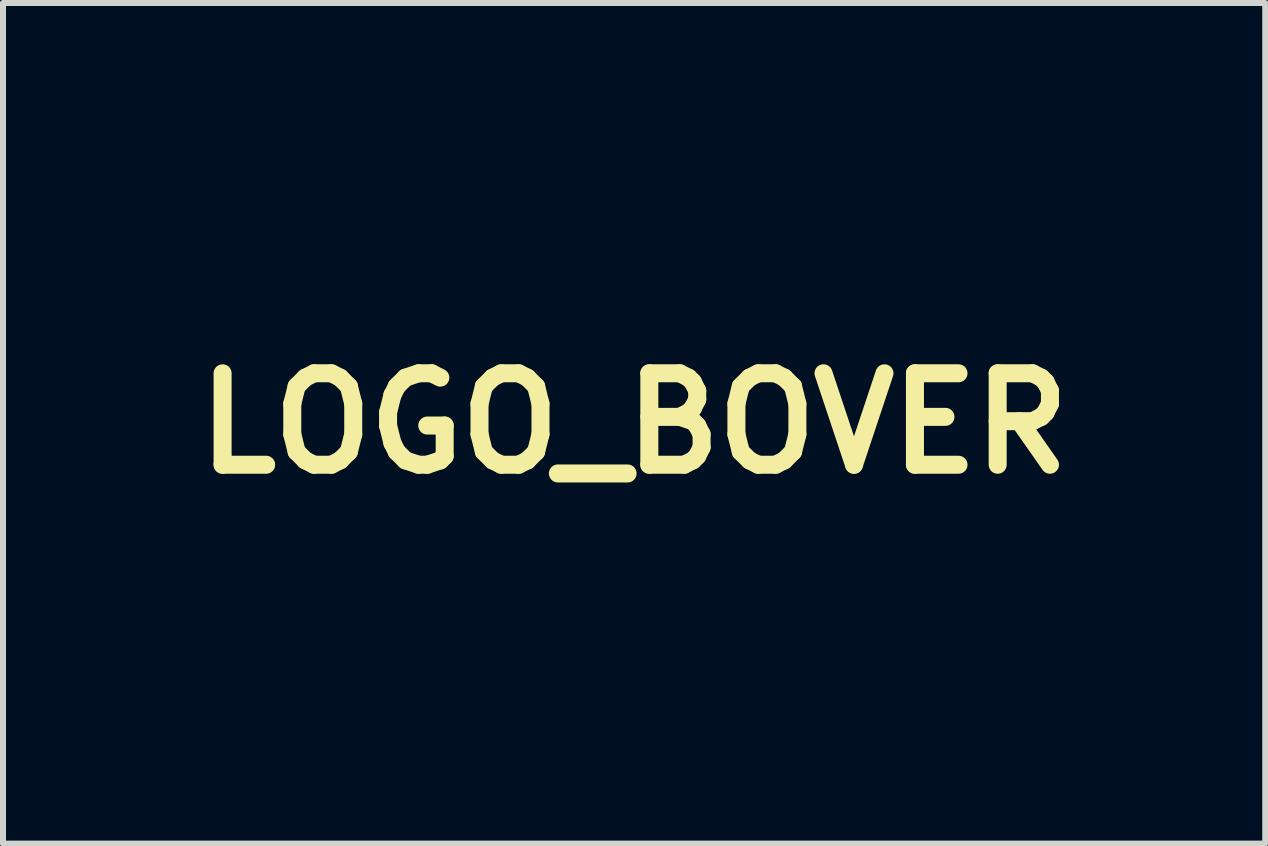
<source format=kicad_pcb>
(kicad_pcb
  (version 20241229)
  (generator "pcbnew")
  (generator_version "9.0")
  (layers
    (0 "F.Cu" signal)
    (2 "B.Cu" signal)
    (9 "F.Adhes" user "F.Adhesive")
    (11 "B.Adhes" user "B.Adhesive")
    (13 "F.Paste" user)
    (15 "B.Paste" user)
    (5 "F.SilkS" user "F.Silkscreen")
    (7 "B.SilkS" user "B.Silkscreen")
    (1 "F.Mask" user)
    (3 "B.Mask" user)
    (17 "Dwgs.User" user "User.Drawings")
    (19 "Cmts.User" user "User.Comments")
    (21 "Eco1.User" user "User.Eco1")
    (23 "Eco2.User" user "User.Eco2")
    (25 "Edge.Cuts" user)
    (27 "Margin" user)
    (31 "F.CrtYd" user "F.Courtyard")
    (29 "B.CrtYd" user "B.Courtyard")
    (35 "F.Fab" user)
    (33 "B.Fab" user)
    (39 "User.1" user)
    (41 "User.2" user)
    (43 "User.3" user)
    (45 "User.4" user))
  (footprint "LOGO_BOVER"
    (layer "F.Cu")
    (at 7.518 4.006)
    (property "Reference" "LOGO_BOVER" (at 0 0 0) (layer "F.SilkS") (effects (font (size 1.524 1.524) (thickness 0.3))))
    (attr board_only exclude_from_pos_files exclude_from_bom)
    (fp_poly (pts (xy -1.516 -3.209) (xy -1.482 -3.163) (xy -1.433 -3.153) (xy -1.389 -3.15) (xy -1.388 -3.134) (xy -1.413 -3.104) (xy -1.444 -3.045) (xy -1.444 -3.004) (xy -1.441 -2.961) (xy -1.466 -2.958) (xy -1.5 -2.977) (xy -1.555 -2.984) (xy -1.585 -2.973) (xy -1.62 -2.96) (xy -1.624 -2.981) (xy -1.618 -3.006) (xy -1.62 -3.064) (xy -1.658 -3.109) (xy -1.714 -3.152) (xy -1.649 -3.153) (xy -1.585 -3.174) (xy -1.559 -3.209) (xy -1.534 -3.266)) (stroke (width 0) (type solid)) (fill yes) (layer "F.Mask"))
    (fp_poly (pts (xy -1.496 -2.734) (xy -1.448 -2.686) (xy -1.404 -2.677) (xy -1.339 -2.677) (xy -1.395 -2.633) (xy -1.435 -2.584) (xy -1.435 -2.531) (xy -1.428 -2.49) (xy -1.446 -2.487) (xy -1.475 -2.502) (xy -1.529 -2.519) (xy -1.559 -2.505) (xy -1.596 -2.479) (xy -1.611 -2.498) (xy -1.607 -2.544) (xy -1.611 -2.61) (xy -1.64 -2.644) (xy -1.669 -2.668) (xy -1.656 -2.677) (xy -1.622 -2.678) (xy -1.564 -2.694) (xy -1.541 -2.734) (xy -1.524 -2.79)) (stroke (width 0) (type solid)) (fill yes) (layer "F.Mask"))
    (fp_poly (pts (xy -0.893 -2.733) (xy -0.848 -2.686) (xy -0.803 -2.677) (xy -0.738 -2.677) (xy -0.794 -2.633) (xy -0.834 -2.584) (xy -0.834 -2.531) (xy -0.827 -2.49) (xy -0.845 -2.487) (xy -0.875 -2.502) (xy -0.929 -2.519) (xy -0.959 -2.505) (xy -0.997 -2.478) (xy -1.012 -2.494) (xy -1.001 -2.539) (xy -0.992 -2.592) (xy -1.02 -2.63) (xy -1.032 -2.639) (xy -1.087 -2.678) (xy -1.032 -2.678) (xy -0.978 -2.699) (xy -0.948 -2.733) (xy -0.918 -2.789)) (stroke (width 0) (type solid)) (fill yes) (layer "F.Mask"))
    (fp_poly (pts (xy -2.452 -1.833) (xy -2.412 -1.787) (xy -2.361 -1.777) (xy -2.294 -1.777) (xy -2.347 -1.72) (xy -2.387 -1.652) (xy -2.386 -1.607) (xy -2.381 -1.561) (xy -2.396 -1.555) (xy -2.416 -1.579) (xy -2.452 -1.595) (xy -2.506 -1.592) (xy -2.556 -1.586) (xy -2.569 -1.603) (xy -2.563 -1.636) (xy -2.564 -1.69) (xy -2.588 -1.71) (xy -2.624 -1.737) (xy -2.617 -1.764) (xy -2.569 -1.777) (xy -2.568 -1.777) (xy -2.512 -1.796) (xy -2.492 -1.833) (xy -2.475 -1.889)) (stroke (width 0) (type solid)) (fill yes) (layer "F.Mask"))
    (fp_poly (pts (xy -1.963 -2.309) (xy -1.93 -2.262) (xy -1.883 -2.252) (xy -1.839 -2.249) (xy -1.839 -2.232) (xy -1.863 -2.204) (xy -1.893 -2.141) (xy -1.89 -2.104) (xy -1.887 -2.061) (xy -1.912 -2.056) (xy -1.944 -2.079) (xy -1.982 -2.093) (xy -2.028 -2.077) (xy -2.068 -2.059) (xy -2.076 -2.075) (xy -2.069 -2.105) (xy -2.074 -2.176) (xy -2.094 -2.208) (xy -2.12 -2.241) (xy -2.106 -2.251) (xy -2.08 -2.252) (xy -2.025 -2.275) (xy -2.002 -2.309) (xy -1.98 -2.365)) (stroke (width 0) (type solid)) (fill yes) (layer "F.Mask"))
    (fp_poly (pts (xy -1.901 -1.833) (xy -1.863 -1.788) (xy -1.828 -1.777) (xy -1.785 -1.763) (xy -1.782 -1.734) (xy -1.814 -1.711) (xy -1.84 -1.678) (xy -1.836 -1.637) (xy -1.835 -1.588) (xy -1.86 -1.58) (xy -1.897 -1.607) (xy -1.931 -1.624) (xy -1.957 -1.607) (xy -1.997 -1.578) (xy -2.013 -1.593) (xy -2.009 -1.627) (xy -2.015 -1.687) (xy -2.04 -1.728) (xy -2.069 -1.763) (xy -2.059 -1.775) (xy -2.021 -1.777) (xy -1.964 -1.794) (xy -1.941 -1.833) (xy -1.924 -1.889)) (stroke (width 0) (type solid)) (fill yes) (layer "F.Mask"))
    (fp_poly (pts (xy -1.351 -1.833) (xy -1.31 -1.787) (xy -1.261 -1.777) (xy -1.215 -1.775) (xy -1.211 -1.759) (xy -1.241 -1.724) (xy -1.274 -1.669) (xy -1.281 -1.624) (xy -1.289 -1.584) (xy -1.317 -1.58) (xy -1.339 -1.602) (xy -1.372 -1.613) (xy -1.401 -1.602) (xy -1.45 -1.58) (xy -1.465 -1.589) (xy -1.458 -1.627) (xy -1.465 -1.687) (xy -1.49 -1.728) (xy -1.519 -1.763) (xy -1.508 -1.775) (xy -1.471 -1.777) (xy -1.414 -1.794) (xy -1.391 -1.833) (xy -1.374 -1.889)) (stroke (width 0) (type solid)) (fill yes) (layer "F.Mask"))
    (fp_poly (pts (xy 0.728 2.346) (xy 0.765 2.392) (xy 0.819 2.403) (xy 0.888 2.403) (xy 0.833 2.447) (xy 0.792 2.496) (xy 0.792 2.549) (xy 0.8 2.59) (xy 0.781 2.593) (xy 0.752 2.578) (xy 0.698 2.561) (xy 0.668 2.575) (xy 0.631 2.601) (xy 0.616 2.582) (xy 0.619 2.54) (xy 0.616 2.483) (xy 0.591 2.463) (xy 0.564 2.439) (xy 0.577 2.414) (xy 0.623 2.402) (xy 0.625 2.402) (xy 0.67 2.381) (xy 0.69 2.346) (xy 0.708 2.291)) (stroke (width 0) (type solid)) (fill yes) (layer "F.Mask"))
    (fp_poly (pts (xy 0.979 1.22) (xy 1.016 1.266) (xy 1.067 1.276) (xy 1.113 1.279) (xy 1.115 1.295) (xy 1.092 1.322) (xy 1.059 1.38) (xy 1.051 1.423) (xy 1.044 1.462) (xy 1.016 1.459) (xy 1.006 1.454) (xy 0.947 1.444) (xy 0.925 1.453) (xy 0.879 1.474) (xy 0.864 1.458) (xy 0.869 1.426) (xy 0.862 1.366) (xy 0.838 1.325) (xy 0.809 1.29) (xy 0.82 1.278) (xy 0.858 1.276) (xy 0.916 1.259) (xy 0.94 1.22) (xy 0.958 1.164)) (stroke (width 0) (type solid)) (fill yes) (layer "F.Mask"))
    (fp_poly (pts (xy 1.077 2.021) (xy 1.117 2.067) (xy 1.167 2.077) (xy 1.213 2.079) (xy 1.216 2.094) (xy 1.186 2.13) (xy 1.154 2.185) (xy 1.147 2.232) (xy 1.147 2.265) (xy 1.123 2.263) (xy 1.1 2.252) (xy 1.047 2.236) (xy 1.018 2.25) (xy 0.98 2.276) (xy 0.964 2.259) (xy 0.969 2.226) (xy 0.963 2.166) (xy 0.938 2.126) (xy 0.909 2.09) (xy 0.919 2.078) (xy 0.957 2.077) (xy 1.014 2.06) (xy 1.037 2.021) (xy 1.054 1.964)) (stroke (width 0) (type solid)) (fill yes) (layer "F.Mask"))
    (fp_poly (pts (xy 1.362 1.62) (xy 1.396 1.666) (xy 1.447 1.677) (xy 1.492 1.681) (xy 1.492 1.694) (xy 1.47 1.711) (xy 1.437 1.761) (xy 1.426 1.811) (xy 1.422 1.856) (xy 1.402 1.86) (xy 1.377 1.846) (xy 1.331 1.828) (xy 1.297 1.846) (xy 1.257 1.875) (xy 1.24 1.861) (xy 1.244 1.827) (xy 1.242 1.769) (xy 1.228 1.741) (xy 1.214 1.71) (xy 1.245 1.691) (xy 1.246 1.691) (xy 1.294 1.657) (xy 1.319 1.62) (xy 1.344 1.564)) (stroke (width 0) (type solid)) (fill yes) (layer "F.Mask"))
    (fp_poly (pts (xy 2.492 -1.833) (xy 2.526 -1.786) (xy 2.568 -1.777) (xy 2.617 -1.766) (xy 2.624 -1.742) (xy 2.587 -1.716) (xy 2.559 -1.69) (xy 2.56 -1.633) (xy 2.561 -1.626) (xy 2.569 -1.568) (xy 2.56 -1.553) (xy 2.538 -1.579) (xy 2.503 -1.595) (xy 2.446 -1.592) (xy 2.395 -1.585) (xy 2.38 -1.6) (xy 2.386 -1.633) (xy 2.383 -1.69) (xy 2.346 -1.732) (xy 2.29 -1.776) (xy 2.359 -1.776) (xy 2.423 -1.794) (xy 2.452 -1.833) (xy 2.475 -1.889)) (stroke (width 0) (type solid)) (fill yes) (layer "F.Mask"))
    (fp_poly (pts (xy -1.392 -2.318) (xy -1.366 -2.267) (xy -1.314 -2.252) (xy -1.309 -2.252) (xy -1.264 -2.249) (xy -1.263 -2.233) (xy -1.285 -2.206) (xy -1.318 -2.148) (xy -1.326 -2.105) (xy -1.332 -2.067) (xy -1.359 -2.068) (xy -1.379 -2.078) (xy -1.431 -2.094) (xy -1.459 -2.079) (xy -1.499 -2.053) (xy -1.518 -2.068) (xy -1.513 -2.104) (xy -1.518 -2.169) (xy -1.541 -2.204) (xy -1.569 -2.239) (xy -1.561 -2.251) (xy -1.531 -2.252) (xy -1.478 -2.275) (xy -1.443 -2.318) (xy -1.409 -2.385)) (stroke (width 0) (type solid)) (fill yes) (layer "F.Mask"))
    (fp_poly (pts (xy 1.549 0.395) (xy 1.591 0.438) (xy 1.631 0.45) (xy 1.667 0.453) (xy 1.665 0.471) (xy 1.641 0.499) (xy 1.61 0.562) (xy 1.614 0.599) (xy 1.621 0.634) (xy 1.602 0.637) (xy 1.567 0.622) (xy 1.51 0.606) (xy 1.466 0.624) (xy 1.46 0.628) (xy 1.431 0.648) (xy 1.427 0.631) (xy 1.434 0.602) (xy 1.43 0.528) (xy 1.409 0.495) (xy 1.383 0.462) (xy 1.397 0.451) (xy 1.423 0.45) (xy 1.478 0.428) (xy 1.499 0.395) (xy 1.519 0.34)) (stroke (width 0) (type solid)) (fill yes) (layer "F.Mask"))
    (fp_poly (pts (xy 1.632 1.257) (xy 1.664 1.311) (xy 1.719 1.326) (xy 1.722 1.326) (xy 1.788 1.326) (xy 1.731 1.366) (xy 1.69 1.412) (xy 1.691 1.456) (xy 1.695 1.492) (xy 1.668 1.494) (xy 1.655 1.49) (xy 1.592 1.488) (xy 1.552 1.501) (xy 1.516 1.516) (xy 1.509 1.499) (xy 1.516 1.464) (xy 1.517 1.402) (xy 1.486 1.363) (xy 1.456 1.338) (xy 1.468 1.329) (xy 1.505 1.327) (xy 1.559 1.313) (xy 1.587 1.265) (xy 1.589 1.257) (xy 1.608 1.189)) (stroke (width 0) (type solid)) (fill yes) (layer "F.Mask"))
    (fp_poly (pts (xy -2.532 -2.332) (xy -2.52 -2.302) (xy -2.487 -2.26) (xy -2.455 -2.252) (xy -2.41 -2.24) (xy -2.408 -2.214) (xy -2.443 -2.192) (xy -2.471 -2.163) (xy -2.467 -2.114) (xy -2.464 -2.064) (xy -2.486 -2.055) (xy -2.52 -2.079) (xy -2.558 -2.093) (xy -2.604 -2.077) (xy -2.644 -2.059) (xy -2.651 -2.075) (xy -2.645 -2.105) (xy -2.65 -2.176) (xy -2.67 -2.208) (xy -2.696 -2.241) (xy -2.681 -2.251) (xy -2.654 -2.252) (xy -2.601 -2.272) (xy -2.585 -2.302) (xy -2.566 -2.343) (xy -2.553 -2.352)) (stroke (width 0) (type solid)) (fill yes) (layer "F.Mask"))
    (fp_poly (pts (xy -0.823 -2.283) (xy -0.786 -2.237) (xy -0.752 -2.227) (xy -0.708 -2.215) (xy -0.708 -2.184) (xy -0.735 -2.155) (xy -0.757 -2.107) (xy -0.756 -2.058) (xy -0.75 -2.012) (xy -0.762 -2.007) (xy -0.785 -2.024) (xy -0.831 -2.046) (xy -0.888 -2.032) (xy -0.888 -2.032) (xy -0.93 -2.016) (xy -0.942 -2.03) (xy -0.935 -2.078) (xy -0.932 -2.137) (xy -0.958 -2.166) (xy -0.96 -2.167) (xy -0.998 -2.193) (xy -0.989 -2.217) (xy -0.94 -2.227) (xy -0.883 -2.247) (xy -0.861 -2.283) (xy -0.844 -2.339)) (stroke (width 0) (type solid)) (fill yes) (layer "F.Mask"))
    (fp_poly (pts (xy 0.346 2.648) (xy 0.358 2.678) (xy 0.391 2.72) (xy 0.427 2.728) (xy 0.465 2.731) (xy 0.464 2.748) (xy 0.44 2.776) (xy 0.409 2.84) (xy 0.413 2.878) (xy 0.421 2.916) (xy 0.401 2.916) (xy 0.378 2.904) (xy 0.316 2.889) (xy 0.273 2.904) (xy 0.236 2.92) (xy 0.231 2.902) (xy 0.238 2.878) (xy 0.234 2.811) (xy 0.211 2.776) (xy 0.183 2.741) (xy 0.192 2.729) (xy 0.224 2.728) (xy 0.276 2.708) (xy 0.293 2.678) (xy 0.312 2.637) (xy 0.325 2.628)) (stroke (width 0) (type solid)) (fill yes) (layer "F.Mask"))
    (fp_poly (pts (xy -2.118 -2.795) (xy -2.096 -2.755) (xy -2.094 -2.749) (xy -2.07 -2.71) (xy -2.028 -2.71) (xy -1.986 -2.709) (xy -1.98 -2.687) (xy -2.015 -2.661) (xy -2.017 -2.661) (xy -2.044 -2.632) (xy -2.042 -2.573) (xy -2.036 -2.525) (xy -2.049 -2.515) (xy -2.078 -2.528) (xy -2.14 -2.54) (xy -2.181 -2.526) (xy -2.219 -2.509) (xy -2.226 -2.528) (xy -2.219 -2.555) (xy -2.223 -2.624) (xy -2.242 -2.655) (xy -2.264 -2.687) (xy -2.247 -2.704) (xy -2.216 -2.713) (xy -2.168 -2.737) (xy -2.152 -2.766) (xy -2.141 -2.799)) (stroke (width 0) (type solid)) (fill yes) (layer "F.Mask"))
    (fp_poly (pts (xy 0.025 3.013) (xy 0.025 3.015) (xy 0.046 3.048) (xy 0.089 3.068) (xy 0.132 3.083) (xy 0.132 3.104) (xy 0.115 3.126) (xy 0.089 3.189) (xy 0.093 3.229) (xy 0.101 3.271) (xy 0.087 3.272) (xy 0.066 3.256) (xy 0.022 3.234) (xy -0.032 3.246) (xy -0.04 3.25) (xy -0.084 3.267) (xy -0.095 3.255) (xy -0.087 3.227) (xy -0.091 3.162) (xy -0.114 3.126) (xy -0.143 3.091) (xy -0.133 3.079) (xy -0.102 3.078) (xy -0.049 3.058) (xy -0.032 3.028) (xy -0.011 2.987) (xy 0.013 2.981)) (stroke (width 0) (type solid)) (fill yes) (layer "F.Mask"))
    (fp_poly (pts (xy 0.371 1.923) (xy 0.383 1.952) (xy 0.416 1.994) (xy 0.452 2.002) (xy 0.491 2.005) (xy 0.487 2.024) (xy 0.468 2.047) (xy 0.439 2.112) (xy 0.442 2.149) (xy 0.45 2.189) (xy 0.432 2.19) (xy 0.404 2.174) (xy 0.354 2.153) (xy 0.306 2.168) (xy 0.297 2.174) (xy 0.259 2.194) (xy 0.251 2.179) (xy 0.258 2.149) (xy 0.253 2.078) (xy 0.233 2.047) (xy 0.207 2.013) (xy 0.221 2.003) (xy 0.249 2.002) (xy 0.301 1.982) (xy 0.318 1.952) (xy 0.337 1.911) (xy 0.35 1.902)) (stroke (width 0) (type solid)) (fill yes) (layer "F.Mask"))
    (fp_poly (pts (xy 0.697 1.572) (xy 0.708 1.602) (xy 0.742 1.644) (xy 0.78 1.652) (xy 0.82 1.656) (xy 0.815 1.67) (xy 0.791 1.689) (xy 0.758 1.734) (xy 0.761 1.79) (xy 0.77 1.836) (xy 0.756 1.839) (xy 0.722 1.817) (xy 0.677 1.792) (xy 0.643 1.8) (xy 0.617 1.821) (xy 0.582 1.849) (xy 0.575 1.838) (xy 0.583 1.803) (xy 0.579 1.729) (xy 0.558 1.696) (xy 0.533 1.663) (xy 0.547 1.652) (xy 0.574 1.652) (xy 0.627 1.632) (xy 0.643 1.602) (xy 0.662 1.561) (xy 0.676 1.552)) (stroke (width 0) (type solid)) (fill yes) (layer "F.Mask"))
    (fp_poly (pts (xy 1.902 0.821) (xy 1.911 0.838) (xy 1.945 0.869) (xy 1.976 0.876) (xy 2.019 0.889) (xy 2.022 0.918) (xy 1.988 0.943) (xy 1.96 0.974) (xy 1.963 1.018) (xy 1.97 1.06) (xy 1.951 1.063) (xy 1.925 1.05) (xy 1.873 1.034) (xy 1.844 1.049) (xy 1.804 1.075) (xy 1.787 1.057) (xy 1.791 1.014) (xy 1.793 0.959) (xy 1.767 0.936) (xy 1.73 0.91) (xy 1.738 0.886) (xy 1.788 0.876) (xy 1.789 0.876) (xy 1.84 0.863) (xy 1.852 0.838) (xy 1.864 0.805) (xy 1.874 0.801)) (stroke (width 0) (type solid)) (fill yes) (layer "F.Mask"))
    (fp_poly (pts (xy 2.073 0.371) (xy 2.084 0.4) (xy 2.118 0.443) (xy 2.154 0.45) (xy 2.192 0.454) (xy 2.189 0.473) (xy 2.169 0.495) (xy 2.141 0.561) (xy 2.145 0.602) (xy 2.153 0.643) (xy 2.139 0.644) (xy 2.118 0.628) (xy 2.074 0.606) (xy 2.02 0.619) (xy 2.012 0.622) (xy 1.968 0.639) (xy 1.957 0.628) (xy 1.965 0.599) (xy 1.961 0.534) (xy 1.938 0.499) (xy 1.909 0.463) (xy 1.919 0.452) (xy 1.95 0.45) (xy 2.003 0.43) (xy 2.02 0.4) (xy 2.038 0.36) (xy 2.052 0.35)) (stroke (width 0) (type solid)) (fill yes) (layer "F.Mask"))
    (fp_poly (pts (xy 1.276 0.837) (xy 1.276 0.838) (xy 1.298 0.869) (xy 1.339 0.876) (xy 1.389 0.886) (xy 1.398 0.91) (xy 1.362 0.935) (xy 1.361 0.936) (xy 1.333 0.965) (xy 1.337 1.014) (xy 1.34 1.064) (xy 1.317 1.073) (xy 1.282 1.047) (xy 1.25 1.033) (xy 1.208 1.057) (xy 1.198 1.065) (xy 1.144 1.114) (xy 1.161 1.042) (xy 1.165 0.979) (xy 1.134 0.937) (xy 1.134 0.937) (xy 1.105 0.911) (xy 1.119 0.903) (xy 1.147 0.902) (xy 1.202 0.882) (xy 1.219 0.851) (xy 1.24 0.81) (xy 1.264 0.804)) (stroke (width 0) (type solid)) (fill yes) (layer "F.Mask"))
    (fp_poly (pts (xy -0.651 -0.986) (xy -0.651 -0.21) (xy -0.739 -0.124) (xy -0.782 -0.084) (xy -0.82 -0.059) (xy -0.867 -0.044) (xy -0.934 -0.037) (xy -1.035 -0.034) (xy -1.066 -0.033) (xy -1.304 -0.027) (xy -1.501 -0.206) (xy -1.501 -0.56) (xy -1.2 -0.56) (xy -1.199 -0.46) (xy -1.195 -0.378) (xy -1.188 -0.326) (xy -1.183 -0.316) (xy -1.149 -0.306) (xy -1.086 -0.304) (xy -1.064 -0.305) (xy -0.963 -0.313) (xy -0.963 -0.888) (xy -1.061 -0.896) (xy -1.138 -0.893) (xy -1.179 -0.871) (xy -1.189 -0.833) (xy -1.195 -0.76) (xy -1.199 -0.665) (xy -1.2 -0.56) (xy -1.501 -0.56) (xy -1.501 -0.977) (xy -1.422 -1.064) (xy -1.343 -1.151) (xy -0.811 -1.151)) (stroke (width 0) (type solid)) (fill yes) (layer "F.Mask"))
    (fp_poly (pts (xy 0.421 0.131) (xy 0.592 0.133) (xy 0.721 0.136) (xy 0.809 0.14) (xy 0.858 0.146) (xy 0.871 0.152) (xy 0.856 0.181) (xy 0.82 0.248) (xy 0.763 0.349) (xy 0.689 0.48) (xy 0.601 0.636) (xy 0.501 0.812) (xy 0.391 1.006) (xy 0.273 1.211) (xy 0.152 1.424) (xy 0.028 1.64) (xy -0.096 1.855) (xy -0.217 2.065) (xy -0.332 2.265) (xy -0.439 2.451) (xy -0.536 2.619) (xy -0.62 2.763) (xy -0.689 2.881) (xy -0.739 2.966) (xy -0.77 3.016) (xy -0.777 3.027) (xy -0.799 3.011) (xy -0.85 2.965) (xy -0.922 2.897) (xy -1.009 2.813) (xy -1.038 2.784) (xy -1.395 2.397) (xy -1.719 1.971) (xy -2.01 1.51) (xy -2.085 1.375) (xy -2.2 1.162) (xy -1.906 0.65) (xy -1.612 0.138) (xy -0.366 0.131) (xy -0.056 0.13) (xy 0.206 0.13)) (stroke (width 0) (type solid)) (fill yes) (layer "F.Mask"))
    (fp_poly (pts (xy 1.584 -3.453) (xy 1.662 -3.397) (xy 1.76 -3.325) (xy 1.873 -3.241) (xy 1.994 -3.149) (xy 2.116 -3.056) (xy 2.233 -2.966) (xy 2.338 -2.884) (xy 2.426 -2.814) (xy 2.488 -2.763) (xy 2.52 -2.734) (xy 2.523 -2.73) (xy 2.509 -2.704) (xy 2.473 -2.64) (xy 2.419 -2.544) (xy 2.349 -2.42) (xy 2.266 -2.275) (xy 2.174 -2.113) (xy 2.127 -2.031) (xy 1.739 -1.352) (xy 0.494 -1.352) (xy 0.25 -1.352) (xy 0.022 -1.353) (xy -0.186 -1.354) (xy -0.368 -1.357) (xy -0.52 -1.359) (xy -0.637 -1.362) (xy -0.715 -1.366) (xy -0.748 -1.369) (xy -0.749 -1.37) (xy -0.736 -1.395) (xy -0.701 -1.459) (xy -0.647 -1.556) (xy -0.576 -1.681) (xy -0.491 -1.83) (xy -0.395 -1.997) (xy -0.292 -2.176) (xy 0.163 -2.963) (xy 0.363 -2.996) (xy 0.685 -3.068) (xy 0.979 -3.174) (xy 1.24 -3.311) (xy 1.371 -3.403) (xy 1.448 -3.455) (xy 1.506 -3.484) (xy 1.534 -3.486)) (stroke (width 0) (type solid)) (fill yes) (layer "F.Mask"))
    (fp_poly (pts (xy -0.106 -0.995) (xy -0.104 -0.845) (xy -0.072 -0.703) (xy -0.069 -0.694) (xy -0.042 -0.619) (xy -0.022 -0.567) (xy -0.013 -0.551) (xy -0.002 -0.572) (xy 0.019 -0.63) (xy 0.044 -0.707) (xy 0.079 -0.865) (xy 0.081 -1.007) (xy 0.069 -1.151) (xy 0.553 -1.151) (xy 0.546 -1.032) (xy 0.537 -0.957) (xy 0.519 -0.92) (xy 0.488 -0.906) (xy 0.457 -0.88) (xy 0.42 -0.816) (xy 0.379 -0.727) (xy 0.34 -0.623) (xy 0.305 -0.516) (xy 0.28 -0.418) (xy 0.267 -0.34) (xy 0.271 -0.293) (xy 0.273 -0.29) (xy 0.29 -0.244) (xy 0.297 -0.172) (xy 0.296 -0.146) (xy 0.288 -0.038) (xy -0.008 -0.033) (xy -0.304 -0.029) (xy -0.297 -0.208) (xy -0.296 -0.304) (xy -0.305 -0.391) (xy -0.326 -0.486) (xy -0.363 -0.606) (xy -0.376 -0.644) (xy -0.418 -0.764) (xy -0.45 -0.842) (xy -0.477 -0.886) (xy -0.502 -0.901) (xy -0.506 -0.901) (xy -0.533 -0.909) (xy -0.546 -0.943) (xy -0.55 -1.013) (xy -0.551 -1.026) (xy -0.551 -1.151) (xy -0.094 -1.151)) (stroke (width 0) (type solid)) (fill yes) (layer "F.Mask"))
    (fp_poly (pts (xy 1.426 -0.869) (xy 1.201 -0.887) (xy 0.976 -0.905) (xy 0.976 -0.815) (xy 0.982 -0.757) (xy 0.997 -0.727) (xy 1.001 -0.726) (xy 1.025 -0.745) (xy 1.026 -0.751) (xy 1.049 -0.765) (xy 1.106 -0.774) (xy 1.151 -0.776) (xy 1.276 -0.776) (xy 1.276 -0.425) (xy 1.151 -0.425) (xy 1.08 -0.43) (xy 1.034 -0.441) (xy 1.026 -0.45) (xy 1.007 -0.475) (xy 1.001 -0.475) (xy 0.985 -0.453) (xy 0.976 -0.399) (xy 0.976 -0.386) (xy 0.976 -0.297) (xy 1.429 -0.332) (xy 1.421 -0.185) (xy 1.414 -0.038) (xy 1.025 -0.031) (xy 0.89 -0.029) (xy 0.773 -0.03) (xy 0.683 -0.033) (xy 0.629 -0.038) (xy 0.618 -0.041) (xy 0.608 -0.074) (xy 0.602 -0.139) (xy 0.601 -0.179) (xy 0.605 -0.257) (xy 0.62 -0.293) (xy 0.638 -0.3) (xy 0.654 -0.308) (xy 0.665 -0.336) (xy 0.672 -0.391) (xy 0.675 -0.482) (xy 0.676 -0.601) (xy 0.675 -0.73) (xy 0.671 -0.817) (xy 0.664 -0.87) (xy 0.653 -0.895) (xy 0.638 -0.901) (xy 0.615 -0.914) (xy 0.603 -0.961) (xy 0.601 -1.026) (xy 0.601 -1.151) (xy 1.426 -1.151)) (stroke (width 0) (type solid)) (fill yes) (layer "F.Mask"))
    (fp_poly (pts (xy -2.11 0.128) (xy -2 0.133) (xy -1.907 0.14) (xy -1.84 0.149) (xy -1.811 0.16) (xy -1.811 0.163) (xy -1.827 0.194) (xy -1.863 0.26) (xy -1.916 0.355) (xy -1.982 0.471) (xy -2.049 0.589) (xy -2.274 0.984) (xy -2.34 0.836) (xy -2.377 0.747) (xy -2.423 0.63) (xy -2.47 0.502) (xy -2.496 0.429) (xy -2.535 0.312) (xy -2.558 0.233) (xy -2.565 0.19) (xy -2.509 0.19) (xy -2.508 0.219) (xy -2.491 0.284) (xy -2.463 0.373) (xy -2.428 0.477) (xy -2.388 0.586) (xy -2.348 0.688) (xy -2.313 0.773) (xy -2.284 0.831) (xy -2.268 0.851) (xy -2.25 0.832) (xy -2.218 0.784) (xy -2.209 0.769) (xy -2.154 0.655) (xy -2.139 0.566) (xy -2.164 0.501) (xy -2.167 0.498) (xy -2.195 0.463) (xy -2.184 0.451) (xy -2.154 0.45) (xy -2.101 0.43) (xy -2.084 0.4) (xy -2.062 0.358) (xy -2.038 0.355) (xy -2.026 0.394) (xy -2.026 0.394) (xy -2.016 0.4) (xy -1.99 0.374) (xy -1.958 0.329) (xy -1.927 0.276) (xy -1.906 0.229) (xy -1.902 0.206) (xy -1.916 0.192) (xy -1.962 0.183) (xy -2.046 0.177) (xy -2.172 0.175) (xy -2.198 0.175) (xy -2.315 0.176) (xy -2.413 0.18) (xy -2.481 0.184) (xy -2.509 0.19) (xy -2.565 0.19) (xy -2.565 0.184) (xy -2.56 0.157) (xy -2.55 0.147) (xy -2.511 0.137) (xy -2.437 0.13) (xy -2.339 0.127) (xy -2.227 0.126)) (stroke (width 0) (type solid)) (fill yes) (layer "F.Mask"))
    (fp_poly (pts (xy -1.657 -1.069) (xy -1.611 -1.016) (xy -1.587 -0.967) (xy -1.578 -0.901) (xy -1.577 -0.834) (xy -1.582 -0.729) (xy -1.601 -0.667) (xy -1.615 -0.65) (xy -1.64 -0.621) (xy -1.627 -0.591) (xy -1.615 -0.576) (xy -1.589 -0.52) (xy -1.578 -0.422) (xy -1.577 -0.37) (xy -1.578 -0.28) (xy -1.588 -0.222) (xy -1.612 -0.179) (xy -1.659 -0.132) (xy -1.677 -0.116) (xy -1.777 -0.025) (xy -2.452 -0.025) (xy -2.452 -0.151) (xy -2.446 -0.238) (xy -2.427 -0.283) (xy -2.415 -0.291) (xy -2.408 -0.297) (xy -2.077 -0.297) (xy -1.983 -0.305) (xy -1.918 -0.316) (xy -1.889 -0.343) (xy -1.881 -0.37) (xy -1.891 -0.443) (xy -1.94 -0.488) (xy -2.005 -0.5) (xy -2.051 -0.496) (xy -2.072 -0.474) (xy -2.077 -0.42) (xy -2.077 -0.399) (xy -2.077 -0.297) (xy -2.408 -0.297) (xy -2.398 -0.307) (xy -2.387 -0.343) (xy -2.381 -0.408) (xy -2.378 -0.509) (xy -2.377 -0.603) (xy -2.378 -0.732) (xy -2.382 -0.819) (xy -2.383 -0.826) (xy -2.077 -0.826) (xy -2.072 -0.775) (xy -2.047 -0.754) (xy -1.991 -0.751) (xy -1.925 -0.76) (xy -1.893 -0.792) (xy -1.889 -0.801) (xy -1.884 -0.859) (xy -1.917 -0.891) (xy -1.991 -0.901) (xy -2.049 -0.897) (xy -2.073 -0.875) (xy -2.077 -0.826) (xy -2.383 -0.826) (xy -2.389 -0.87) (xy -2.4 -0.895) (xy -2.415 -0.901) (xy -2.438 -0.914) (xy -2.45 -0.961) (xy -2.452 -1.026) (xy -2.452 -1.151) (xy -1.737 -1.151)) (stroke (width 0) (type solid)) (fill yes) (layer "F.Mask"))
    (fp_poly (pts (xy 2.297 -1.069) (xy 2.343 -1.016) (xy 2.367 -0.966) (xy 2.376 -0.899) (xy 2.377 -0.836) (xy 2.373 -0.749) (xy 2.36 -0.683) (xy 2.347 -0.656) (xy 2.33 -0.622) (xy 2.347 -0.596) (xy 2.365 -0.555) (xy 2.375 -0.483) (xy 2.377 -0.436) (xy 2.383 -0.348) (xy 2.401 -0.301) (xy 2.415 -0.291) (xy 2.44 -0.262) (xy 2.451 -0.193) (xy 2.452 -0.151) (xy 2.452 -0.025) (xy 2.304 -0.025) (xy 2.199 -0.026) (xy 2.133 -0.037) (xy 2.096 -0.066) (xy 2.081 -0.123) (xy 2.077 -0.216) (xy 2.077 -0.265) (xy 2.076 -0.367) (xy 2.072 -0.431) (xy 2.061 -0.465) (xy 2.041 -0.482) (xy 2.015 -0.49) (xy 1.937 -0.497) (xy 1.893 -0.468) (xy 1.877 -0.399) (xy 1.877 -0.389) (xy 1.884 -0.324) (xy 1.909 -0.301) (xy 1.916 -0.3) (xy 1.938 -0.29) (xy 1.948 -0.253) (xy 1.948 -0.179) (xy 1.947 -0.169) (xy 1.939 -0.038) (xy 1.738 -0.03) (xy 1.642 -0.029) (xy 1.566 -0.032) (xy 1.523 -0.039) (xy 1.519 -0.041) (xy 1.503 -0.082) (xy 1.5 -0.147) (xy 1.507 -0.217) (xy 1.523 -0.272) (xy 1.539 -0.291) (xy 1.556 -0.307) (xy 1.567 -0.343) (xy 1.573 -0.408) (xy 1.576 -0.51) (xy 1.577 -0.601) (xy 1.575 -0.731) (xy 1.571 -0.819) (xy 1.571 -0.824) (xy 1.877 -0.824) (xy 1.881 -0.775) (xy 1.901 -0.755) (xy 1.954 -0.754) (xy 1.971 -0.755) (xy 2.034 -0.766) (xy 2.063 -0.79) (xy 2.072 -0.832) (xy 2.074 -0.876) (xy 2.055 -0.896) (xy 2.003 -0.901) (xy 1.979 -0.901) (xy 1.914 -0.898) (xy 1.885 -0.883) (xy 1.877 -0.844) (xy 1.877 -0.824) (xy 1.571 -0.824) (xy 1.563 -0.874) (xy 1.55 -0.902) (xy 1.539 -0.91) (xy 1.512 -0.944) (xy 1.502 -1.02) (xy 1.501 -1.038) (xy 1.501 -1.151) (xy 2.217 -1.151)) (stroke (width 0) (type solid)) (fill yes) (layer "F.Mask"))
    (fp_poly (pts (xy 2.721 -2.61) (xy 2.782 -2.566) (xy 2.847 -2.519) (xy 2.919 -2.463) (xy 2.959 -2.42) (xy 2.975 -2.376) (xy 2.978 -2.331) (xy 2.976 -2.258) (xy 2.971 -2.154) (xy 2.964 -2.029) (xy 2.956 -1.892) (xy 2.946 -1.755) (xy 2.937 -1.626) (xy 2.927 -1.517) (xy 2.92 -1.437) (xy 2.913 -1.396) (xy 2.913 -1.395) (xy 2.905 -1.38) (xy 2.885 -1.369) (xy 2.848 -1.361) (xy 2.786 -1.356) (xy 2.694 -1.353) (xy 2.564 -1.352) (xy 2.413 -1.351) (xy 2.263 -1.352) (xy 2.132 -1.353) (xy 2.027 -1.355) (xy 1.957 -1.358) (xy 1.927 -1.361) (xy 1.927 -1.362) (xy 1.939 -1.385) (xy 1.948 -1.401) (xy 2.001 -1.401) (xy 2.871 -1.401) (xy 2.886 -1.62) (xy 2.895 -1.744) (xy 2.904 -1.894) (xy 2.914 -2.046) (xy 2.918 -2.116) (xy 2.934 -2.393) (xy 2.813 -2.483) (xy 2.745 -2.529) (xy 2.694 -2.557) (xy 2.671 -2.561) (xy 2.649 -2.533) (xy 2.616 -2.477) (xy 2.605 -2.457) (xy 2.577 -2.372) (xy 2.581 -2.304) (xy 2.614 -2.261) (xy 2.652 -2.252) (xy 2.696 -2.24) (xy 2.696 -2.214) (xy 2.662 -2.192) (xy 2.634 -2.163) (xy 2.638 -2.114) (xy 2.641 -2.064) (xy 2.619 -2.055) (xy 2.583 -2.082) (xy 2.548 -2.099) (xy 2.522 -2.082) (xy 2.48 -2.053) (xy 2.459 -2.069) (xy 2.463 -2.115) (xy 2.471 -2.166) (xy 2.458 -2.172) (xy 2.425 -2.133) (xy 2.37 -2.048) (xy 2.296 -1.92) (xy 2.23 -1.803) (xy 2.165 -1.686) (xy 2.108 -1.587) (xy 2.077 -1.533) (xy 2.001 -1.401) (xy 1.948 -1.401) (xy 1.972 -1.447) (xy 2.025 -1.541) (xy 2.093 -1.662) (xy 2.173 -1.804) (xy 2.264 -1.963) (xy 2.292 -2.012) (xy 2.412 -2.222) (xy 2.511 -2.388) (xy 2.587 -2.511) (xy 2.642 -2.591) (xy 2.676 -2.63) (xy 2.686 -2.634)) (stroke (width 0) (type solid)) (fill yes) (layer "F.Mask"))
    (fp_poly (pts (xy -1.372 -3.403) (xy -1.15 -3.26) (xy -0.897 -3.141) (xy -0.624 -3.051) (xy -0.347 -2.997) (xy -0.231 -2.985) (xy -0.137 -2.977) (xy -0.065 -2.969) (xy -0.028 -2.961) (xy -0.025 -2.959) (xy -0.037 -2.935) (xy -0.071 -2.873) (xy -0.125 -2.777) (xy -0.195 -2.652) (xy -0.279 -2.504) (xy -0.374 -2.336) (xy -0.478 -2.155) (xy -0.481 -2.149) (xy -0.937 -1.351) (xy -1.918 -1.351) (xy -2.166 -1.351) (xy -2.369 -1.352) (xy -2.531 -1.353) (xy -2.657 -1.355) (xy -2.751 -1.358) (xy -2.818 -1.362) (xy -2.864 -1.367) (xy -2.891 -1.375) (xy -2.906 -1.384) (xy -2.913 -1.394) (xy -2.913 -1.395) (xy -2.919 -1.434) (xy -2.926 -1.512) (xy -2.936 -1.621) (xy -2.945 -1.748) (xy -2.955 -1.886) (xy -2.964 -2.022) (xy -2.971 -2.148) (xy -2.976 -2.253) (xy -2.978 -2.326) (xy -2.978 -2.331) (xy -2.973 -2.387) (xy -2.971 -2.392) (xy -2.934 -2.392) (xy -2.918 -2.115) (xy -2.909 -1.972) (xy -2.899 -1.818) (xy -2.89 -1.678) (xy -2.886 -1.62) (xy -2.871 -1.401) (xy -1.917 -1.402) (xy -0.963 -1.402) (xy -0.918 -1.482) (xy -0.894 -1.536) (xy -0.893 -1.568) (xy -0.896 -1.571) (xy -0.911 -1.598) (xy -0.908 -1.629) (xy -0.914 -1.686) (xy -0.939 -1.728) (xy -0.968 -1.763) (xy -0.958 -1.775) (xy -0.92 -1.777) (xy -0.863 -1.794) (xy -0.84 -1.833) (xy -0.823 -1.889) (xy -0.8 -1.833) (xy -0.779 -1.79) (xy -0.766 -1.777) (xy -0.75 -1.797) (xy -0.714 -1.854) (xy -0.663 -1.939) (xy -0.602 -2.044) (xy -0.572 -2.096) (xy -0.48 -2.264) (xy -0.418 -2.396) (xy -0.386 -2.493) (xy -0.383 -2.557) (xy -0.409 -2.592) (xy -0.414 -2.594) (xy -0.448 -2.62) (xy -0.437 -2.645) (xy -0.4 -2.653) (xy -0.35 -2.675) (xy -0.327 -2.709) (xy -0.305 -2.765) (xy -0.282 -2.705) (xy -0.267 -2.673) (xy -0.252 -2.67) (xy -0.228 -2.701) (xy -0.192 -2.76) (xy -0.154 -2.829) (xy -0.13 -2.881) (xy -0.125 -2.897) (xy -0.148 -2.911) (xy -0.208 -2.925) (xy -0.293 -2.936) (xy -0.297 -2.937) (xy -0.569 -2.983) (xy -0.848 -3.069) (xy -1.12 -3.191) (xy -1.357 -3.331) (xy -1.43 -3.38) (xy -1.486 -3.414) (xy -1.513 -3.428) (xy -1.513 -3.428) (xy -1.536 -3.414) (xy -1.593 -3.374) (xy -1.68 -3.312) (xy -1.791 -3.232) (xy -1.92 -3.137) (xy -2.058 -3.036) (xy -2.211 -2.923) (xy -2.361 -2.813) (xy -2.5 -2.71) (xy -2.621 -2.622) (xy -2.714 -2.553) (xy -2.762 -2.518) (xy -2.934 -2.392) (xy -2.971 -2.392) (xy -2.951 -2.431) (xy -2.902 -2.477) (xy -2.859 -2.509) (xy -2.805 -2.548) (xy -2.718 -2.612) (xy -2.606 -2.695) (xy -2.475 -2.791) (xy -2.334 -2.895) (xy -2.252 -2.955) (xy -2.107 -3.062) (xy -1.968 -3.165) (xy -1.843 -3.257) (xy -1.738 -3.335) (xy -1.662 -3.391) (xy -1.635 -3.411) (xy -1.505 -3.505)) (stroke (width 0) (type solid)) (fill yes) (layer "F.Mask"))
    (fp_poly (pts (xy -1.323 -3.861) (xy -1.109 -3.678) (xy -0.883 -3.539) (xy -0.638 -3.44) (xy -0.37 -3.379) (xy -0.071 -3.354) (xy 0 -3.353) (xy 0.315 -3.372) (xy 0.6 -3.43) (xy 0.859 -3.527) (xy 1.097 -3.667) (xy 1.318 -3.85) (xy 1.338 -3.868) (xy 1.476 -4.004) (xy 2.418 -3.31) (xy 3.36 -2.615) (xy 3.345 -2.115) (xy 3.307 -1.496) (xy 3.231 -0.895) (xy 3.117 -0.315) (xy 2.966 0.244) (xy 2.78 0.778) (xy 2.561 1.285) (xy 2.308 1.765) (xy 2.023 2.213) (xy 1.707 2.629) (xy 1.361 3.01) (xy 0.987 3.354) (xy 0.585 3.658) (xy 0.239 3.876) (xy 0.144 3.929) (xy 0.066 3.971) (xy 0.015 3.998) (xy 0 4.004) (xy -0.026 3.992) (xy -0.086 3.961) (xy -0.17 3.914) (xy -0.239 3.876) (xy -0.662 3.604) (xy -1.059 3.292) (xy -1.428 2.942) (xy -1.768 2.554) (xy -2.078 2.132) (xy -2.357 1.678) (xy -2.604 1.193) (xy -2.818 0.681) (xy -2.997 0.142) (xy -3.14 -0.42) (xy -3.248 -1.004) (xy -3.317 -1.608) (xy -3.345 -2.115) (xy -3.357 -2.542) (xy -3.236 -2.542) (xy -3.22 -2.115) (xy -3.176 -1.488) (xy -3.095 -0.881) (xy -2.976 -0.297) (xy -2.821 0.264) (xy -2.631 0.798) (xy -2.407 1.304) (xy -2.149 1.779) (xy -1.858 2.222) (xy -1.536 2.631) (xy -1.184 3.003) (xy -0.801 3.337) (xy -0.681 3.429) (xy -0.541 3.529) (xy -0.403 3.622) (xy -0.272 3.703) (xy -0.157 3.769) (xy -0.063 3.816) (xy 0.002 3.839) (xy 0.025 3.84) (xy 0.063 3.822) (xy 0.132 3.785) (xy 0.218 3.738) (xy 0.242 3.724) (xy 0.404 3.624) (xy 0.587 3.497) (xy 0.777 3.354) (xy 0.962 3.205) (xy 1.126 3.061) (xy 1.168 3.021) (xy 1.529 2.641) (xy 1.857 2.225) (xy 2.152 1.773) (xy 2.413 1.289) (xy 2.64 0.775) (xy 2.831 0.232) (xy 2.985 -0.337) (xy 3.103 -0.93) (xy 3.182 -1.544) (xy 3.22 -2.115) (xy 3.236 -2.542) (xy 2.963 -2.744) (xy 2.869 -2.813) (xy 2.743 -2.906) (xy 2.594 -3.016) (xy 2.431 -3.137) (xy 2.26 -3.263) (xy 2.094 -3.386) (xy 1.497 -3.825) (xy 1.324 -3.68) (xy 1.067 -3.496) (xy 0.784 -3.356) (xy 0.626 -3.299) (xy 0.551 -3.277) (xy 0.48 -3.262) (xy 0.404 -3.251) (xy 0.311 -3.245) (xy 0.192 -3.242) (xy 0.035 -3.241) (xy 0 -3.241) (xy -0.165 -3.241) (xy -0.291 -3.244) (xy -0.388 -3.25) (xy -0.467 -3.259) (xy -0.537 -3.274) (xy -0.611 -3.295) (xy -0.626 -3.299) (xy -0.921 -3.417) (xy -1.192 -3.578) (xy -1.324 -3.68) (xy -1.497 -3.825) (xy -2.094 -3.386) (xy -2.262 -3.262) (xy -2.432 -3.136) (xy -2.596 -3.015) (xy -2.744 -2.905) (xy -2.87 -2.813) (xy -2.963 -2.744) (xy -3.236 -2.542) (xy -3.357 -2.542) (xy -3.359 -2.615) (xy -2.416 -3.311) (xy -1.472 -4.006)) (stroke (width 0) (type solid)) (fill yes) (layer "F.Mask"))
    (fp_poly (pts (xy 1.971 0.126) (xy 2.142 0.127) (xy 2.291 0.13) (xy 2.412 0.133) (xy 2.497 0.136) (xy 2.54 0.139) (xy 2.542 0.14) (xy 2.563 0.148) (xy 2.574 0.162) (xy 2.574 0.192) (xy 2.56 0.245) (xy 2.532 0.329) (xy 2.49 0.446) (xy 2.284 0.959) (xy 2.045 1.442) (xy 1.774 1.891) (xy 1.473 2.305) (xy 1.143 2.681) (xy 0.786 3.019) (xy 0.403 3.315) (xy 0.274 3.402) (xy 0.175 3.463) (xy 0.089 3.512) (xy 0.026 3.544) (xy -0.002 3.553) (xy -0.037 3.54) (xy -0.104 3.504) (xy -0.194 3.45) (xy -0.296 3.383) (xy -0.303 3.379) (xy -0.407 3.309) (xy -0.498 3.246) (xy -0.569 3.198) (xy -0.607 3.17) (xy -0.608 3.169) (xy -0.615 3.16) (xy -0.618 3.145) (xy -0.613 3.122) (xy -0.611 3.116) (xy -0.578 3.116) (xy -0.496 3.186) (xy -0.445 3.225) (xy -0.371 3.276) (xy -0.283 3.335) (xy -0.191 3.394) (xy -0.107 3.446) (xy -0.041 3.484) (xy -0.003 3.503) (xy 0.000104 3.503) (xy 0.027 3.491) (xy 0.085 3.458) (xy 0.164 3.411) (xy 0.199 3.39) (xy 0.552 3.146) (xy 0.893 2.856) (xy 1.217 2.526) (xy 1.52 2.161) (xy 1.798 1.764) (xy 1.815 1.737) (xy 1.902 1.59) (xy 2.001 1.41) (xy 2.104 1.209) (xy 2.205 1.002) (xy 2.297 0.801) (xy 2.374 0.62) (xy 2.411 0.526) (xy 2.449 0.427) (xy 2.478 0.35) (xy 2.496 0.291) (xy 2.497 0.248) (xy 2.476 0.218) (xy 2.43 0.2) (xy 2.353 0.19) (xy 2.241 0.187) (xy 2.091 0.186) (xy 1.896 0.188) (xy 1.803 0.188) (xy 1.092 0.188) (xy 1.023 0.3) (xy 0.978 0.378) (xy 0.958 0.423) (xy 0.966 0.444) (xy 1 0.451) (xy 1.02 0.451) (xy 1.089 0.452) (xy 1.033 0.495) (xy 0.993 0.542) (xy 0.993 0.601) (xy 1.002 0.643) (xy 0.988 0.644) (xy 0.968 0.629) (xy 0.92 0.607) (xy 0.872 0.623) (xy 0.816 0.681) (xy 0.785 0.726) (xy 0.745 0.795) (xy 0.736 0.834) (xy 0.747 0.849) (xy 0.763 0.872) (xy 0.74 0.9) (xy 0.713 0.951) (xy 0.718 0.998) (xy 0.726 1.042) (xy 0.714 1.046) (xy 0.689 1.026) (xy 0.665 1.01) (xy 0.643 1.009) (xy 0.618 1.03) (xy 0.584 1.077) (xy 0.536 1.158) (xy 0.475 1.265) (xy 0.435 1.337) (xy 0.375 1.443) (xy 0.302 1.572) (xy 0.221 1.714) (xy 0.14 1.856) (xy 0.064 1.989) (xy -0.004 2.108) (xy -0.059 2.205) (xy -0.098 2.274) (xy -0.117 2.307) (xy -0.118 2.309) (xy -0.106 2.323) (xy -0.077 2.327) (xy -0.034 2.31) (xy -0.025 2.277) (xy -0.016 2.237) (xy -0.003 2.227) (xy 0.02 2.248) (xy 0.032 2.277) (xy 0.066 2.319) (xy 0.102 2.327) (xy 0.14 2.33) (xy 0.138 2.347) (xy 0.114 2.376) (xy 0.083 2.44) (xy 0.088 2.478) (xy 0.096 2.515) (xy 0.077 2.516) (xy 0.05 2.502) (xy -0.003 2.486) (xy -0.033 2.5) (xy -0.072 2.526) (xy -0.091 2.506) (xy -0.092 2.46) (xy -0.098 2.4) (xy -0.123 2.383) (xy -0.162 2.406) (xy -0.21 2.468) (xy -0.235 2.512) (xy -0.281 2.614) (xy -0.29 2.684) (xy -0.262 2.721) (xy -0.222 2.728) (xy -0.185 2.731) (xy -0.189 2.75) (xy -0.208 2.772) (xy -0.236 2.838) (xy -0.233 2.875) (xy -0.226 2.916) (xy -0.245 2.918) (xy -0.274 2.903) (xy -0.328 2.886) (xy -0.358 2.901) (xy -0.398 2.927) (xy -0.417 2.912) (xy -0.413 2.878) (xy -0.403 2.834) (xy -0.414 2.834) (xy -0.443 2.874) (xy -0.489 2.952) (xy -0.5 2.972) (xy -0.578 3.116) (xy -0.611 3.116) (xy -0.601 3.086) (xy -0.579 3.036) (xy -0.545 2.968) (xy -0.498 2.879) (xy -0.436 2.766) (xy -0.358 2.625) (xy -0.262 2.454) (xy -0.146 2.25) (xy -0.009 2.009) (xy 0.152 1.728) (xy 0.19 1.661) (xy 0.333 1.411) (xy 0.469 1.174) (xy 0.596 0.953) (xy 0.712 0.751) (xy 0.814 0.573) (xy 0.902 0.421) (xy 0.972 0.301) (xy 1.022 0.214) (xy 1.051 0.166) (xy 1.057 0.156) (xy 1.078 0.147) (xy 1.124 0.139) (xy 1.202 0.133) (xy 1.314 0.129) (xy 1.466 0.127) (xy 1.66 0.126) (xy 1.786 0.125)) (stroke (width 0) (type solid)) (fill yes) (layer "F.Mask")))
  (gr_rect
    (start -3 -3)
    (end 18.037 11.01)
    (stroke (width 0.1) (type default))
    (fill no)
    (layer "Edge.Cuts")))
</source>
